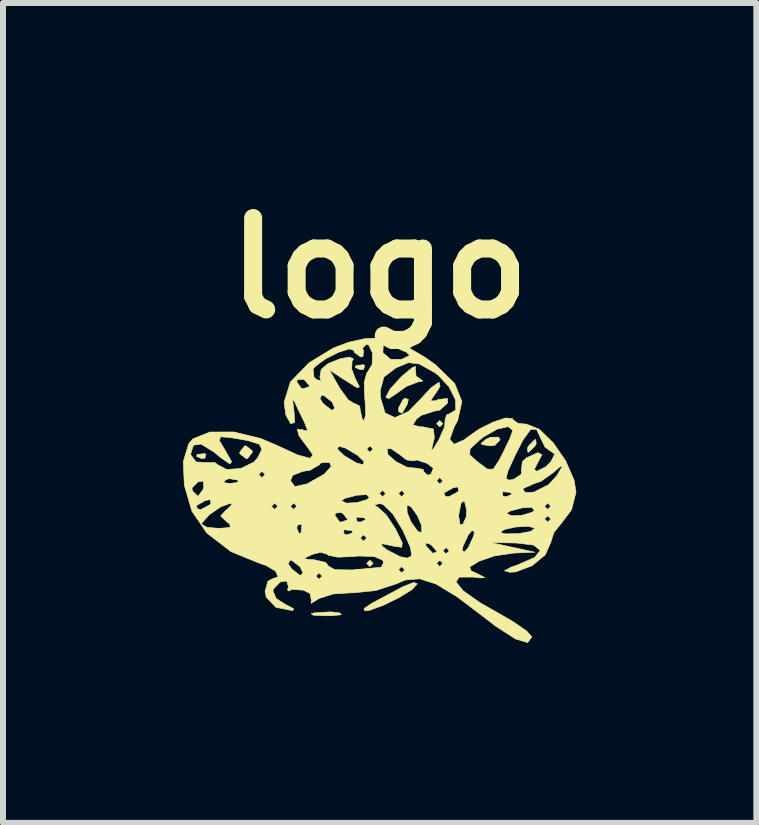
<source format=kicad_pcb>
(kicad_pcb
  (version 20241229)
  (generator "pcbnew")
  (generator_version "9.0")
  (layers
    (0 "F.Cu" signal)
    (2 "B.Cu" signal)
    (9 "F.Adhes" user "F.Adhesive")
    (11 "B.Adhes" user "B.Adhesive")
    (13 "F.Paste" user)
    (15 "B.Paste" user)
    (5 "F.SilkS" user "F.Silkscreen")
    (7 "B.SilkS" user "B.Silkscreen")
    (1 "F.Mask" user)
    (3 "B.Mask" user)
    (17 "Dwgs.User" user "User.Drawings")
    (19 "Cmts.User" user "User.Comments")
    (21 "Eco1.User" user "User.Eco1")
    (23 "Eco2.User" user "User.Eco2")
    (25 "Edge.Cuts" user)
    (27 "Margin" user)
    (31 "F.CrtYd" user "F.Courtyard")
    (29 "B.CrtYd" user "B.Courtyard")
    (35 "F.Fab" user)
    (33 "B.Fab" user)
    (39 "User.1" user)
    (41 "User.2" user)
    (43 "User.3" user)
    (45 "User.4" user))
  (footprint "logo"
    (layer "F.Cu")
    (at 3.273 5.228)
    (property "Reference" "logo" (at 0 -3.81 0) (unlocked yes) (layer "F.SilkS") (effects (font (size 1.524 1.524) (thickness 0.3))))
    (attr through_hole)
    (fp_poly (pts (xy -0.106 1.111) (xy -0.159 1.164) (xy -0.212 1.111) (xy -0.159 1.058) (xy -0.106 1.111)) (stroke (width 0.01) (type solid)) (fill yes) (layer "F.SilkS"))
    (fp_poly (pts (xy 1.058 -1.217) (xy 1.005 -1.164) (xy 0.953 -1.217) (xy 1.005 -1.27) (xy 1.058 -1.217)) (stroke (width 0.01) (type solid)) (fill yes) (layer "F.SilkS"))
    (fp_poly (pts (xy -2.893 -0.706) (xy -2.907 -0.643) (xy -2.963 -0.635) (xy -3.05 -0.674) (xy -3.034 -0.706) (xy -2.908 -0.718) (xy -2.893 -0.706)) (stroke (width 0.01) (type solid)) (fill yes) (layer "F.SilkS"))
    (fp_poly (pts (xy -0.247 -2.187) (xy -0.261 -2.124) (xy -0.318 -2.117) (xy -0.405 -2.155) (xy -0.388 -2.187) (xy -0.262 -2.2) (xy -0.247 -2.187)) (stroke (width 0.01) (type solid)) (fill yes) (layer "F.SilkS"))
    (fp_poly (pts (xy 0.482 -1.623) (xy 0.464 -1.54) (xy 0.378 -1.391) (xy 0.323 -1.416) (xy 0.318 -1.475) (xy 0.394 -1.619) (xy 0.422 -1.64) (xy 0.482 -1.623)) (stroke (width 0.01) (type solid)) (fill yes) (layer "F.SilkS"))
    (fp_poly (pts (xy -2.12 -0.766) (xy -2.117 -0.741) (xy -2.197 -0.638) (xy -2.223 -0.635) (xy -2.325 -0.716) (xy -2.328 -0.741) (xy -2.248 -0.844) (xy -2.223 -0.847) (xy -2.12 -0.766)) (stroke (width 0.01) (type solid)) (fill yes) (layer "F.SilkS"))
    (fp_poly (pts (xy -0.66 1.938) (xy -0.635 1.967) (xy -0.787 1.983) (xy -0.9 1.984) (xy -1.105 1.974) (xy -1.136 1.95) (xy -1.084 1.936) (xy -0.808 1.919) (xy -0.66 1.938)) (stroke (width 0.01) (type solid)) (fill yes) (layer "F.SilkS"))
    (fp_poly (pts (xy 2.011 -0.949) (xy 1.925 -0.858) (xy 1.852 -0.847) (xy 1.711 -0.869) (xy 1.693 -0.888) (xy 1.776 -0.957) (xy 1.852 -0.991) (xy 1.988 -0.993) (xy 2.011 -0.949)) (stroke (width 0.01) (type solid)) (fill yes) (layer "F.SilkS"))
    (fp_poly (pts (xy 2.613 -0.884) (xy 2.593 -0.847) (xy 2.493 -0.746) (xy 2.475 -0.741) (xy 2.467 -0.809) (xy 2.487 -0.847) (xy 2.587 -0.948) (xy 2.605 -0.953) (xy 2.613 -0.884)) (stroke (width 0.01) (type solid)) (fill yes) (layer "F.SilkS"))
    (fp_poly (pts (xy 0.632 1.451) (xy 0.544 1.547) (xy 0.333 1.678) (xy 0.075 1.805) (xy -0.155 1.89) (xy -0.242 1.904) (xy -0.256 1.864) (xy -0.113 1.768) (xy -0.106 1.765) (xy 0.191 1.607) (xy 0.397 1.497) (xy 0.572 1.429) (xy 0.632 1.451)) (stroke (width 0.01) (type solid)) (fill yes) (layer "F.SilkS"))
    (fp_poly (pts (xy 0.598 -2.152) (xy 0.611 -2.01) (xy 0.661 -1.975) (xy 0.725 -1.928) (xy 0.643 -1.913) (xy 0.452 -1.84) (xy 0.299 -1.73) (xy 0.156 -1.634) (xy 0.106 -1.658) (xy 0.178 -1.793) (xy 0.354 -1.987) (xy 0.387 -2.019) (xy 0.55 -2.153) (xy 0.607 -2.172) (xy 0.598 -2.152)) (stroke (width 0.01) (type solid)) (fill yes) (layer "F.SilkS"))
    (fp_poly (pts (xy 0.074 -2.602) (xy 0.066 -2.561) (xy 0.058 -2.4) (xy 0.187 -2.289) (xy 0.371 -2.29) (xy 0.507 -2.355) (xy 0.448 -2.411) (xy 0.363 -2.445) (xy 0.242 -2.508) (xy 0.321 -2.532) (xy 0.325 -2.533) (xy 0.499 -2.476) (xy 0.762 -2.322) (xy 0.933 -2.2) (xy 1.254 -1.888) (xy 1.375 -1.587) (xy 1.304 -1.269) (xy 1.248 -1.168) (xy 1.173 -0.959) (xy 1.244 -0.874) (xy 1.419 -0.951) (xy 1.455 -0.981) (xy 1.658 -1.125) (xy 1.897 -1.244) (xy 2.106 -1.312) (xy 2.218 -1.302) (xy 2.223 -1.285) (xy 2.312 -1.222) (xy 2.453 -1.209) (xy 2.664 -1.125) (xy 2.895 -0.901) (xy 3.104 -0.598) (xy 3.244 -0.277) (xy 3.277 -0.078) (xy 3.202 0.217) (xy 3.069 0.395) (xy 2.907 0.598) (xy 2.857 0.758) (xy 2.766 0.966) (xy 2.545 1.15) (xy 2.272 1.253) (xy 2.172 1.259) (xy 2.084 1.234) (xy 2.195 1.174) (xy 2.296 1.14) (xy 2.588 1.012) (xy 2.68 0.894) (xy 2.572 0.807) (xy 2.291 0.772) (xy 1.852 0.763) (xy 2.223 0.844) (xy 2.593 0.925) (xy 2.242 0.939) (xy 1.92 0.986) (xy 1.662 1.075) (xy 1.504 1.172) (xy 1.527 1.234) (xy 1.643 1.288) (xy 1.756 1.347) (xy 1.682 1.354) (xy 1.561 1.339) (xy 1.329 1.34) (xy 1.277 1.421) (xy 1.396 1.568) (xy 1.676 1.766) (xy 1.905 1.896) (xy 2.224 2.08) (xy 2.452 2.237) (xy 2.54 2.334) (xy 2.54 2.335) (xy 2.471 2.431) (xy 2.268 2.371) (xy 1.936 2.156) (xy 1.746 2.01) (xy 1.291 1.665) (xy 0.945 1.456) (xy 0.672 1.368) (xy 0.432 1.388) (xy 0.267 1.457) (xy -0.062 1.564) (xy -0.432 1.602) (xy -0.46 1.601) (xy -0.77 1.62) (xy -1.009 1.697) (xy -1.035 1.715) (xy -1.141 1.778) (xy -1.133 1.732) (xy -1.156 1.613) (xy -1.266 1.558) (xy -1.452 1.543) (xy -1.512 1.572) (xy -1.529 1.557) (xy -1.517 1.499) (xy -1.545 1.404) (xy -1.653 1.421) (xy -1.759 1.53) (xy -1.775 1.568) (xy -1.722 1.696) (xy -1.57 1.793) (xy -1.429 1.867) (xy -1.447 1.898) (xy -1.724 1.844) (xy -1.886 1.674) (xy -1.905 1.576) (xy -1.858 1.41) (xy -1.799 1.376) (xy -1.688 1.334) (xy -1.693 1.323) (xy -1.058 1.323) (xy -1.005 1.376) (xy -0.953 1.323) (xy -1.005 1.27) (xy -1.058 1.323) (xy -1.693 1.323) (xy -1.73 1.241) (xy -1.891 1.144) (xy -1.97 1.119) (xy -1.52 1.119) (xy -1.459 1.206) (xy -1.32 1.314) (xy -1.273 1.276) (xy -1.319 1.171) (xy -1.456 1.064) (xy -1.492 1.058) (xy -1.52 1.119) (xy -1.97 1.119) (xy -1.984 1.114) (xy -2.207 1.024) (xy -1.253 1.024) (xy -1.196 1.046) (xy -1.085 1.051) (xy -0.899 1.094) (xy -0.847 1.158) (xy -0.746 1.215) (xy -0.452 1.221) (xy -0.414 1.217) (xy 0.318 1.217) (xy 0.37 1.27) (xy 0.423 1.217) (xy 0.37 1.164) (xy 0.318 1.217) (xy -0.414 1.217) (xy 0.023 1.176) (xy 0.033 1.175) (xy 0.063 1.111) (xy 0.953 1.111) (xy 1.005 1.164) (xy 1.058 1.111) (xy 1.005 1.058) (xy 0.953 1.111) (xy 0.063 1.111) (xy 0.07 1.097) (xy 0.051 1.055) (xy -0.088 0.997) (xy -0.348 0.988) (xy -0.425 0.996) (xy -0.693 1.008) (xy -0.852 0.976) (xy -0.867 0.96) (xy -0.976 0.926) (xy -1.111 0.959) (xy -1.253 1.024) (xy -2.207 1.024) (xy -2.474 0.915) (xy -2.768 0.688) (xy -0.318 0.688) (xy -0.265 0.741) (xy -0.212 0.688) (xy -0.265 0.635) (xy -0.318 0.688) (xy -2.768 0.688) (xy -2.877 0.605) (xy -2.928 0.529) (xy -1.376 0.529) (xy -1.337 0.616) (xy -1.305 0.6) (xy -1.302 0.564) (xy -0.6 0.564) (xy -0.585 0.627) (xy -0.529 0.635) (xy -0.442 0.596) (xy -0.459 0.564) (xy -0.584 0.552) (xy -0.6 0.564) (xy -1.302 0.564) (xy -1.293 0.474) (xy -1.305 0.459) (xy -1.368 0.473) (xy -1.376 0.529) (xy -2.928 0.529) (xy -2.974 0.461) (xy -2.963 0.461) (xy -2.872 0.51) (xy -2.672 0.528) (xy -2.487 0.512) (xy -2.492 0.457) (xy -2.54 0.422) (xy -2.646 0.322) (xy -2.636 0.311) (xy -0.741 0.311) (xy -0.664 0.419) (xy -0.635 0.423) (xy -0.532 0.387) (xy -0.529 0.377) (xy -0.549 0.353) (xy -0.388 0.353) (xy -0.374 0.416) (xy -0.318 0.423) (xy -0.23 0.385) (xy -0.247 0.353) (xy -0.373 0.34) (xy -0.388 0.353) (xy -0.549 0.353) (xy -0.603 0.286) (xy -0.635 0.265) (xy -0.733 0.273) (xy -0.741 0.311) (xy -2.636 0.311) (xy -2.561 0.227) (xy -2.54 0.213) (xy -2.485 0.159) (xy -1.799 0.159) (xy -1.746 0.212) (xy -1.693 0.159) (xy -1.482 0.159) (xy -1.429 0.212) (xy -1.376 0.159) (xy -1.395 0.139) (xy -0.086 0.139) (xy -0.024 0.177) (xy 0.113 0.302) (xy 0.266 0.533) (xy 0.277 0.554) (xy 0.381 0.769) (xy 0.372 0.843) (xy 0.235 0.824) (xy 0.196 0.814) (xy 0.03 0.781) (xy 0.051 0.826) (xy 0.128 0.887) (xy 0.346 1) (xy 0.462 1.023) (xy 0.538 0.986) (xy 0.518 0.849) (xy 0.484 0.771) (xy 0.758 0.771) (xy 0.784 0.83) (xy 0.89 0.944) (xy 0.951 0.921) (xy 0.953 0.906) (xy 0.947 0.9) (xy 1.058 0.9) (xy 1.111 0.953) (xy 1.164 0.9) (xy 1.379 0.9) (xy 1.423 0.919) (xy 1.482 0.847) (xy 1.571 0.654) (xy 1.582 0.596) (xy 2.011 0.596) (xy 2.102 0.619) (xy 2.321 0.615) (xy 2.526 0.578) (xy 2.589 0.523) (xy 2.588 0.521) (xy 2.475 0.492) (xy 2.271 0.505) (xy 2.082 0.546) (xy 2.011 0.596) (xy 1.582 0.596) (xy 1.584 0.582) (xy 1.541 0.563) (xy 1.482 0.635) (xy 1.392 0.828) (xy 1.379 0.9) (xy 1.164 0.9) (xy 1.111 0.847) (xy 1.058 0.9) (xy 0.947 0.9) (xy 0.877 0.816) (xy 0.83 0.784) (xy 0.758 0.771) (xy 0.484 0.771) (xy 0.395 0.571) (xy 0.392 0.564) (xy 0.225 0.288) (xy 0.074 0.141) (xy 0.459 0.141) (xy 0.462 0.262) (xy 0.529 0.423) (xy 0.64 0.578) (xy 0.705 0.6) (xy 0.702 0.479) (xy 0.635 0.318) (xy 0.633 0.315) (xy 1.321 0.315) (xy 1.342 0.459) (xy 1.387 0.469) (xy 1.432 0.37) (xy 2.752 0.37) (xy 2.805 0.423) (xy 2.857 0.37) (xy 2.805 0.318) (xy 2.752 0.37) (xy 1.432 0.37) (xy 1.448 0.335) (xy 1.45 0.277) (xy 2.117 0.277) (xy 2.2 0.318) (xy 2.377 0.309) (xy 2.541 0.261) (xy 2.583 0.227) (xy 2.54 0.177) (xy 2.378 0.186) (xy 2.181 0.238) (xy 2.117 0.277) (xy 1.45 0.277) (xy 1.453 0.214) (xy 1.439 0.159) (xy 2.752 0.159) (xy 2.805 0.212) (xy 2.857 0.159) (xy 2.805 0.106) (xy 2.752 0.159) (xy 1.439 0.159) (xy 1.416 0.067) (xy 1.362 0.103) (xy 1.322 0.299) (xy 1.321 0.315) (xy 0.633 0.315) (xy 0.524 0.163) (xy 0.459 0.141) (xy 0.074 0.141) (xy 0.064 0.131) (xy 0.005 0.114) (xy -0.086 0.139) (xy -1.395 0.139) (xy -1.429 0.106) (xy -1.482 0.159) (xy -1.693 0.159) (xy -1.746 0.106) (xy -1.799 0.159) (xy -2.485 0.159) (xy -2.455 0.129) (xy -2.487 0.111) (xy -2.649 0.171) (xy -2.837 0.302) (xy -2.955 0.433) (xy -2.963 0.461) (xy -2.974 0.461) (xy -3.125 0.241) (xy -3.151 0.151) (xy -3.054 0.151) (xy -3.029 0.206) (xy -2.97 0.212) (xy -2.826 0.135) (xy -2.805 0.107) (xy -2.817 0.065) (xy -0.635 0.065) (xy -0.552 0.107) (xy -0.374 0.098) (xy -0.211 0.05) (xy -0.168 0.015) (xy -0.212 -0.035) (xy -0.374 -0.025) (xy -0.57 0.026) (xy -0.635 0.065) (xy -2.817 0.065) (xy -2.822 0.047) (xy -2.905 0.065) (xy -3.054 0.151) (xy -3.151 0.151) (xy -3.238 -0.148) (xy -3.124 -0.148) (xy -3.115 -0.095) (xy -3.024 -0.007) (xy -2.989 -0.053) (xy 0 -0.053) (xy 0.053 0) (xy 0.106 -0.053) (xy 0.318 -0.053) (xy 0.37 0) (xy 0.423 -0.053) (xy 0.415 -0.061) (xy 1.074 -0.061) (xy 1.099 -0.006) (xy 1.158 0) (xy 1.29 -0.071) (xy 2.046 -0.071) (xy 2.061 -0.008) (xy 2.117 0) (xy 2.204 -0.039) (xy 2.187 -0.071) (xy 2.062 -0.083) (xy 2.046 -0.071) (xy 1.29 -0.071) (xy 1.301 -0.077) (xy 1.322 -0.105) (xy 1.317 -0.121) (xy 2.391 -0.121) (xy 2.432 -0.069) (xy 2.576 -0.077) (xy 2.819 -0.2) (xy 2.958 -0.352) (xy 3.049 -0.509) (xy 3.014 -0.504) (xy 2.891 -0.397) (xy 2.692 -0.257) (xy 2.564 -0.212) (xy 2.407 -0.142) (xy 2.391 -0.121) (xy 1.317 -0.121) (xy 1.305 -0.165) (xy 1.223 -0.146) (xy 1.074 -0.061) (xy 0.415 -0.061) (xy 0.37 -0.106) (xy 0.318 -0.053) (xy 0.106 -0.053) (xy 0.053 -0.106) (xy 0 -0.053) (xy -2.989 -0.053) (xy -2.944 -0.112) (xy -2.927 -0.153) (xy -2.931 -0.237) (xy -2.6 -0.237) (xy -2.496 -0.22) (xy -2.359 -0.239) (xy -2.357 -0.268) (xy -1.482 -0.268) (xy -1.409 -0.169) (xy -1.205 -0.214) (xy -1.115 -0.265) (xy 0.953 -0.265) (xy 1.005 -0.212) (xy 1.058 -0.265) (xy 1.023 -0.3) (xy 2.11 -0.3) (xy 2.167 -0.276) (xy 2.24 -0.291) (xy 2.369 -0.378) (xy 2.366 -0.447) (xy 2.383 -0.585) (xy 2.447 -0.645) (xy 2.639 -0.734) (xy 2.71 -0.701) (xy 2.646 -0.582) (xy 2.582 -0.454) (xy 2.62 -0.423) (xy 2.769 -0.496) (xy 2.857 -0.582) (xy 2.924 -0.714) (xy 2.878 -0.741) (xy 2.759 -0.828) (xy 2.699 -0.953) (xy 2.618 -1.123) (xy 2.523 -1.124) (xy 2.392 -0.945) (xy 2.267 -0.7) (xy 2.142 -0.427) (xy 2.11 -0.3) (xy 1.023 -0.3) (xy 1.005 -0.318) (xy 0.953 -0.265) (xy -1.115 -0.265) (xy -0.918 -0.377) (xy -0.804 -0.504) (xy -0.832 -0.573) (xy -0.975 -0.564) (xy -1.004 -0.531) (xy -1.155 -0.441) (xy -1.276 -0.423) (xy -1.444 -0.357) (xy -1.482 -0.268) (xy -2.357 -0.268) (xy -2.357 -0.276) (xy -2.499 -0.301) (xy -2.56 -0.284) (xy -2.6 -0.237) (xy -2.931 -0.237) (xy -2.932 -0.261) (xy -3.021 -0.248) (xy -3.124 -0.148) (xy -3.238 -0.148) (xy -3.251 -0.191) (xy -3.259 -0.37) (xy -2.011 -0.37) (xy -1.958 -0.318) (xy -1.905 -0.37) (xy -1.958 -0.423) (xy -2.011 -0.37) (xy -3.259 -0.37) (xy -3.268 -0.585) (xy -3.232 -0.704) (xy -3.148 -0.704) (xy -3.056 -0.58) (xy -2.903 -0.57) (xy -2.742 -0.57) (xy -2.704 -0.538) (xy -2.545 -0.453) (xy -2.309 -0.471) (xy -2.092 -0.577) (xy -2.026 -0.651) (xy -1.959 -0.789) (xy -2 -0.874) (xy -2.187 -0.934) (xy -2.452 -0.981) (xy -2.646 -1) (xy -2.668 -0.935) (xy -2.573 -0.778) (xy -2.463 -0.583) (xy -2.492 -0.546) (xy -2.662 -0.665) (xy -2.754 -0.743) (xy -2.972 -0.877) (xy -3.1 -0.858) (xy -3.148 -0.704) (xy -3.232 -0.704) (xy -3.178 -0.882) (xy -3.108 -0.964) (xy -2.824 -1.078) (xy -2.427 -1.079) (xy -1.981 -0.972) (xy -1.721 -0.861) (xy -1.362 -0.696) (xy -1.154 -0.64) (xy -1.108 -0.696) (xy -1.173 -0.79) (xy -0.697 -0.79) (xy -0.588 -0.685) (xy -0.386 -0.564) (xy -0.271 -0.533) (xy -0.255 -0.586) (xy -0.364 -0.691) (xy -0.537 -0.794) (xy -0.212 -0.794) (xy -0.159 -0.741) (xy -0.106 -0.794) (xy -0.11 -0.798) (xy 0.127 -0.798) (xy 0.144 -0.7) (xy 0.283 -0.58) (xy 0.465 -0.489) (xy 0.609 -0.476) (xy 0.728 -0.456) (xy 0.741 -0.414) (xy 0.808 -0.357) (xy 0.86 -0.379) (xy 0.899 -0.474) (xy 0.799 -0.554) (xy 0.625 -0.612) (xy 0.562 -0.597) (xy 0.452 -0.614) (xy 0.345 -0.698) (xy 0.341 -0.701) (xy 1.502 -0.701) (xy 1.634 -0.582) (xy 1.801 -0.46) (xy 1.897 -0.459) (xy 1.993 -0.604) (xy 2.061 -0.736) (xy 2.172 -0.965) (xy 2.222 -1.102) (xy 2.223 -1.106) (xy 2.147 -1.168) (xy 1.964 -1.127) (xy 1.74 -1.001) (xy 1.679 -0.953) (xy 1.513 -0.799) (xy 1.502 -0.701) (xy 0.341 -0.701) (xy 0.195 -0.801) (xy 0.127 -0.798) (xy -0.11 -0.798) (xy -0.159 -0.847) (xy -0.212 -0.794) (xy -0.537 -0.794) (xy -0.567 -0.811) (xy -0.682 -0.843) (xy -0.697 -0.79) (xy -1.173 -0.79) (xy -1.201 -0.829) (xy -1.34 -1.015) (xy -1.369 -1.126) (xy -1.279 -1.116) (xy -1.259 -1.105) (xy -1.195 -1.1) (xy -1.245 -1.231) (xy -1.364 -1.475) (xy -1.415 -1.587) (xy -1.446 -1.615) (xy -1.429 -1.467) (xy -1.425 -1.446) (xy -1.411 -1.24) (xy -1.477 -1.214) (xy -1.559 -1.361) (xy -1.588 -1.575) (xy -1.57 -1.633) (xy -0.991 -1.633) (xy -0.93 -1.545) (xy -0.791 -1.438) (xy -0.744 -1.476) (xy -0.789 -1.58) (xy -0.927 -1.688) (xy -0.963 -1.693) (xy -0.991 -1.633) (xy -1.57 -1.633) (xy -1.483 -1.911) (xy -1.483 -1.911) (xy -1.376 -1.911) (xy -1.299 -1.803) (xy -1.27 -1.799) (xy -1.167 -1.835) (xy -1.164 -1.846) (xy -1.238 -1.936) (xy -1.27 -1.958) (xy -1.368 -1.95) (xy -1.376 -1.911) (xy -1.483 -1.911) (xy -1.276 -2.125) (xy -1.106 -2.125) (xy -1.09 -1.99) (xy -1.044 -1.949) (xy -0.969 -1.935) (xy -0.992 -1.989) (xy -0.97 -2.122) (xy -0.857 -2.217) (xy -0.655 -2.299) (xy -0.492 -2.327) (xy -0.432 -2.296) (xy -0.455 -2.262) (xy -0.463 -2.128) (xy -0.404 -1.974) (xy -0.333 -1.829) (xy -0.374 -1.818) (xy -0.558 -1.933) (xy -0.561 -1.934) (xy -0.835 -2.114) (xy -0.659 -1.806) (xy -0.519 -1.613) (xy -0.409 -1.546) (xy -0.4 -1.549) (xy -0.329 -1.511) (xy -0.318 -1.435) (xy -0.285 -1.29) (xy -0.256 -1.27) (xy -0.228 -1.362) (xy -0.238 -1.589) (xy -0.244 -1.641) (xy -0.249 -1.773) (xy 0.014 -1.773) (xy 0.017 -1.655) (xy 0.094 -1.397) (xy 0.258 -1.319) (xy 0.484 -1.42) (xy 0.682 -1.622) (xy 0.858 -1.813) (xy 0.987 -1.904) (xy 0.996 -1.905) (xy 1.011 -1.839) (xy 0.939 -1.726) (xy 0.851 -1.599) (xy 0.921 -1.597) (xy 0.988 -1.621) (xy 1.133 -1.637) (xy 1.137 -1.561) (xy 1.007 -1.444) (xy 0.921 -1.428) (xy 0.698 -1.356) (xy 0.618 -1.295) (xy 0.558 -1.196) (xy 0.679 -1.165) (xy 0.727 -1.164) (xy 0.9 -1.129) (xy 0.916 -0.982) (xy 0.902 -0.926) (xy 0.867 -0.776) (xy 0.902 -0.802) (xy 0.992 -0.951) (xy 1.087 -1.166) (xy 1.096 -1.295) (xy 1.124 -1.371) (xy 1.158 -1.376) (xy 1.273 -1.445) (xy 1.268 -1.615) (xy 1.162 -1.829) (xy 0.977 -2.028) (xy 0.911 -2.075) (xy 0.663 -2.213) (xy 0.484 -2.234) (xy 0.277 -2.149) (xy 0.075 -1.995) (xy 0.014 -1.773) (xy -0.249 -1.773) (xy -0.254 -1.903) (xy -0.211 -2.061) (xy -0.2 -2.071) (xy -0.121 -2.205) (xy -0.114 -2.392) (xy -0.176 -2.526) (xy -0.218 -2.54) (xy -0.281 -2.475) (xy -0.265 -2.434) (xy -0.273 -2.337) (xy -0.311 -2.328) (xy -0.419 -2.407) (xy -0.423 -2.437) (xy -0.5 -2.464) (xy -0.68 -2.407) (xy -0.892 -2.301) (xy -1.063 -2.177) (xy -1.106 -2.125) (xy -1.276 -2.125) (xy -1.173 -2.231) (xy -0.773 -2.475) (xy -0.514 -2.574) (xy -0.246 -2.633) (xy -0.03 -2.644) (xy 0.074 -2.602)) (stroke (width 0.01) (type solid)) (fill yes) (layer "F.SilkS")))
  (gr_rect
    (start -3 -3)
    (end 9.555 10.664)
    (stroke (width 0.1) (type default))
    (fill no)
    (layer "Edge.Cuts")))
</source>
